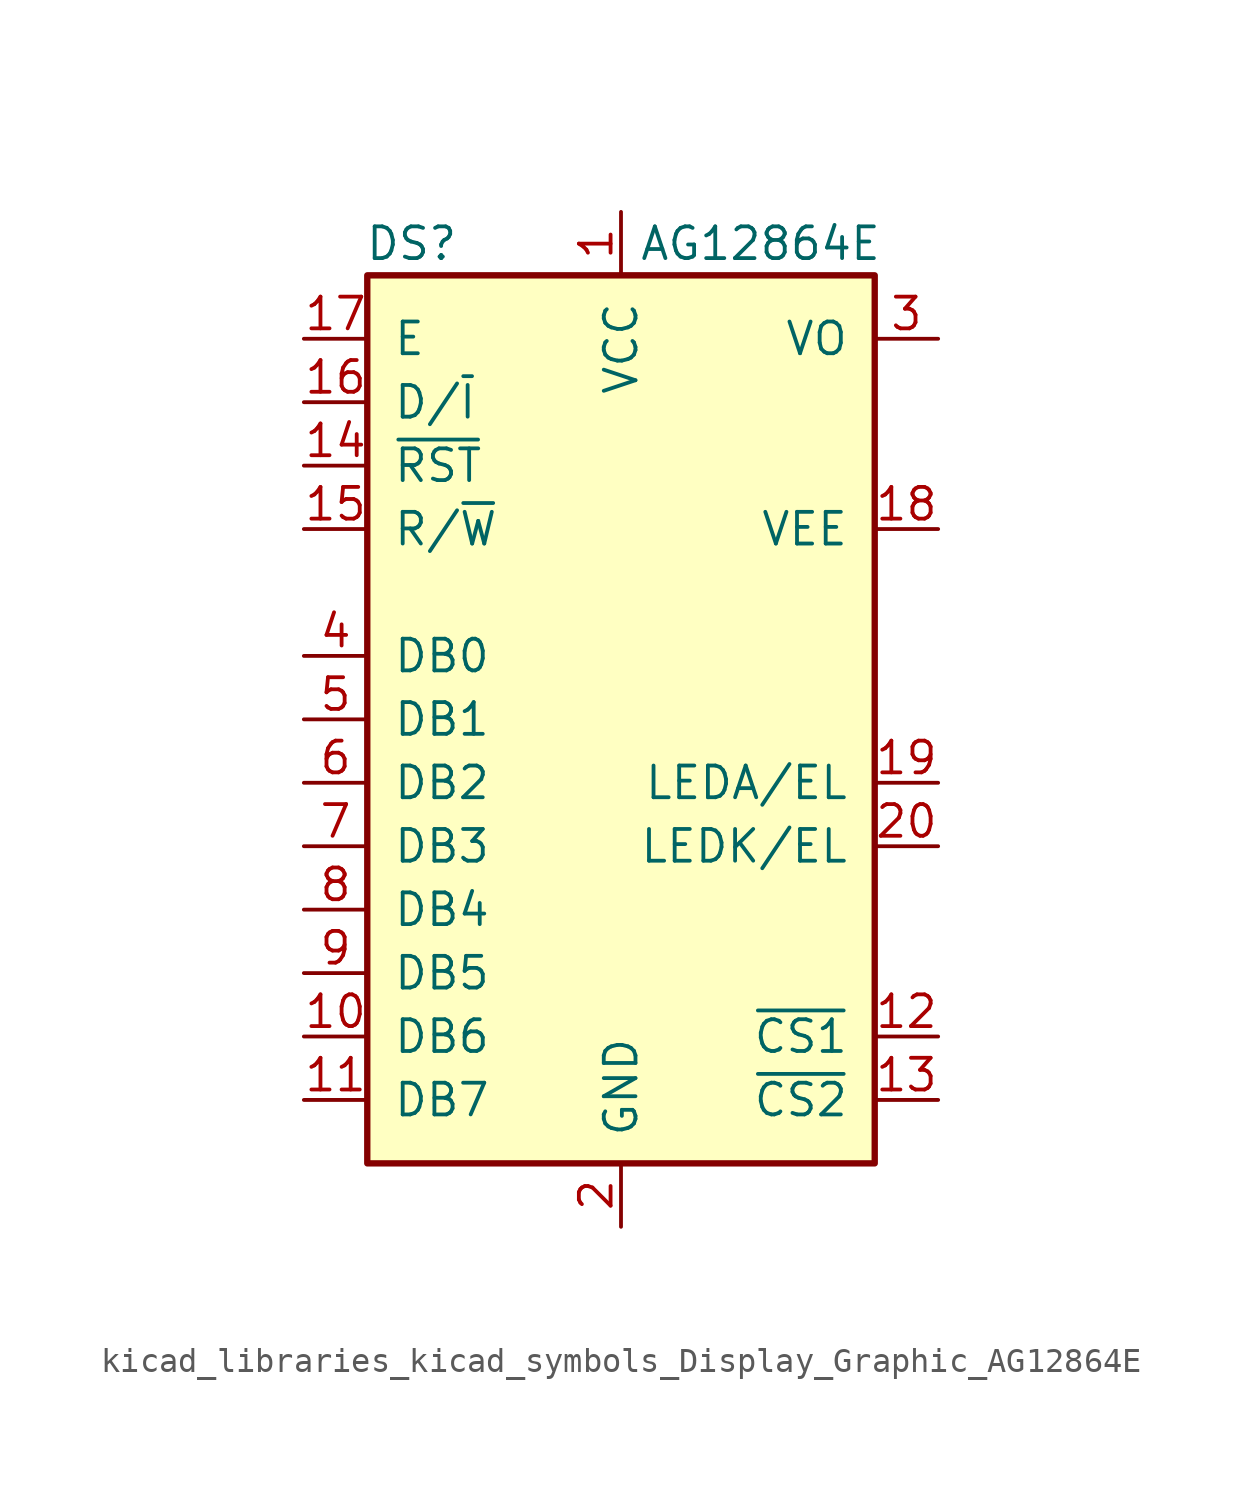
<source format=kicad_sym>
(kicad_symbol_lib
  (version 20220914)
  (generator kicad_symbol_editor)
  (symbol "kicad_libraries_kicad_symbols_Display_Graphic_AG12864E"
    (pin_names
      (offset 1.016))
    (property "Reference" "DS"
      (at -8.382 19.05 0)
      (effects (font (size 1.27 1.27))))
    (property "Value" "AG12864E"
      (at 5.588 19.05 0)
      (effects (font (size 1.27 1.27))))
    (symbol "kicad_libraries_kicad_symbols_Display_Graphic_AG12864E_0_1"
      (rectangle (start -10.16 17.78) (end 10.16 -17.78) (stroke (width 0.254) (type default)) (fill (type background))))
    (symbol "kicad_libraries_kicad_symbols_Display_Graphic_AG12864E_1_1"
      (pin power_in line (at 0 20.32 270) (length 2.54) (name "VCC" (effects (font (size 1.27 1.27)))) (number "1" (effects (font (size 1.27 1.27)))))
      (pin bidirectional line (at -12.7 -12.7 0) (length 2.54) (name "DB6" (effects (font (size 1.27 1.27)))) (number "10" (effects (font (size 1.27 1.27)))))
      (pin bidirectional line (at -12.7 -15.24 0) (length 2.54) (name "DB7" (effects (font (size 1.27 1.27)))) (number "11" (effects (font (size 1.27 1.27)))))
      (pin input line (at 12.7 -12.7 180) (length 2.54) (name "~{CS1}" (effects (font (size 1.27 1.27)))) (number "12" (effects (font (size 1.27 1.27)))))
      (pin input line (at 12.7 -15.24 180) (length 2.54) (name "~{CS2}" (effects (font (size 1.27 1.27)))) (number "13" (effects (font (size 1.27 1.27)))))
      (pin input line (at -12.7 10.16 0) (length 2.54) (name "~{RST}" (effects (font (size 1.27 1.27)))) (number "14" (effects (font (size 1.27 1.27)))))
      (pin input line (at -12.7 7.62 0) (length 2.54) (name "R/~{W}" (effects (font (size 1.27 1.27)))) (number "15" (effects (font (size 1.27 1.27)))))
      (pin input line (at -12.7 12.7 0) (length 2.54) (name "D/~{I}" (effects (font (size 1.27 1.27)))) (number "16" (effects (font (size 1.27 1.27)))))
      (pin input line (at -12.7 15.24 0) (length 2.54) (name "E" (effects (font (size 1.27 1.27)))) (number "17" (effects (font (size 1.27 1.27)))))
      (pin passive line (at 12.7 7.62 180) (length 2.54) (name "VEE" (effects (font (size 1.27 1.27)))) (number "18" (effects (font (size 1.27 1.27)))))
      (pin passive line (at 12.7 -2.54 180) (length 2.54) (name "LEDA/EL" (effects (font (size 1.27 1.27)))) (number "19" (effects (font (size 1.27 1.27)))))
      (pin power_in line (at 0 -20.32 90) (length 2.54) (name "GND" (effects (font (size 1.27 1.27)))) (number "2" (effects (font (size 1.27 1.27)))))
      (pin passive line (at 12.7 -5.08 180) (length 2.54) (name "LEDK/EL" (effects (font (size 1.27 1.27)))) (number "20" (effects (font (size 1.27 1.27)))))
      (pin passive line (at 12.7 15.24 180) (length 2.54) (name "VO" (effects (font (size 1.27 1.27)))) (number "3" (effects (font (size 1.27 1.27)))))
      (pin bidirectional line (at -12.7 2.54 0) (length 2.54) (name "DB0" (effects (font (size 1.27 1.27)))) (number "4" (effects (font (size 1.27 1.27)))))
      (pin bidirectional line (at -12.7 0 0) (length 2.54) (name "DB1" (effects (font (size 1.27 1.27)))) (number "5" (effects (font (size 1.27 1.27)))))
      (pin bidirectional line (at -12.7 -2.54 0) (length 2.54) (name "DB2" (effects (font (size 1.27 1.27)))) (number "6" (effects (font (size 1.27 1.27)))))
      (pin bidirectional line (at -12.7 -5.08 0) (length 2.54) (name "DB3" (effects (font (size 1.27 1.27)))) (number "7" (effects (font (size 1.27 1.27)))))
      (pin bidirectional line (at -12.7 -7.62 0) (length 2.54) (name "DB4" (effects (font (size 1.27 1.27)))) (number "8" (effects (font (size 1.27 1.27)))))
      (pin bidirectional line (at -12.7 -10.16 0) (length 2.54) (name "DB5" (effects (font (size 1.27 1.27)))) (number "9" (effects (font (size 1.27 1.27))))))))
</source>
